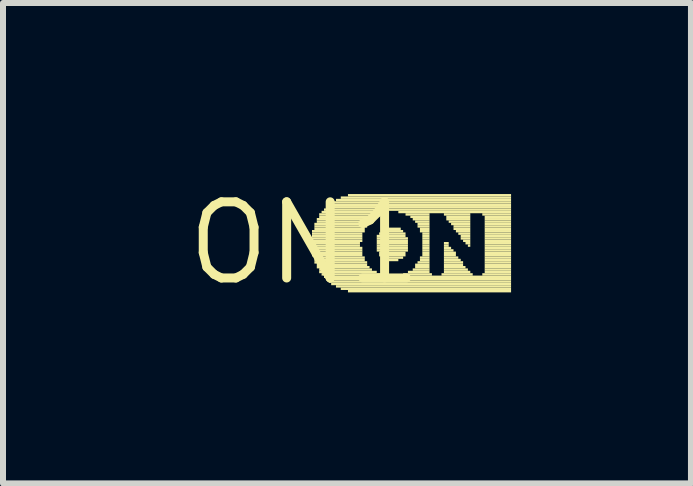
<source format=kicad_pcb>
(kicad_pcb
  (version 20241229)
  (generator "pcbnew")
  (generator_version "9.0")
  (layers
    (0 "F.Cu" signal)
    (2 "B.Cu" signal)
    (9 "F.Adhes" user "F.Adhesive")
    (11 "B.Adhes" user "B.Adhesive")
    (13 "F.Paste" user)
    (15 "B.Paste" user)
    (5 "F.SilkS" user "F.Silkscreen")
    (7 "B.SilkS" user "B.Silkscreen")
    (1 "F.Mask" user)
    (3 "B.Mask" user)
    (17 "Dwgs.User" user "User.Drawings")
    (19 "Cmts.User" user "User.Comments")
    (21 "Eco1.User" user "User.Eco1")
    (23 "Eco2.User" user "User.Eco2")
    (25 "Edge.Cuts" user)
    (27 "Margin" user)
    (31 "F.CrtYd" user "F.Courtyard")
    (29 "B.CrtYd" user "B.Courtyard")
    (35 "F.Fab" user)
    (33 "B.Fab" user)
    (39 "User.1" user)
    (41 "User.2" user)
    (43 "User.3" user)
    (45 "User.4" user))
  (footprint "ON1"
    (layer "F.Cu")
    (at 2.033 1.006)
    (property "Reference" "ON1" (at 0 0 0) (layer "F.SilkS") (effects (font (size 1.27 1.27) (thickness 0.15))))
    (fp_poly (pts (xy 0.12 -0.18) (xy 1 -0.18) (xy 1 -0.22) (xy 0.12 -0.22)) (stroke (width 0) (type default)) (fill yes) (layer "F.SilkS"))
    (fp_poly (pts (xy 0.12 -0.14) (xy 0.96 -0.14) (xy 0.96 -0.18) (xy 0.12 -0.18)) (stroke (width 0) (type default)) (fill yes) (layer "F.SilkS"))
    (fp_poly (pts (xy 0.12 -0.1) (xy 0.96 -0.1) (xy 0.96 -0.14) (xy 0.12 -0.14)) (stroke (width 0) (type default)) (fill yes) (layer "F.SilkS"))
    (fp_poly (pts (xy 0.12 -0.06) (xy 0.96 -0.06) (xy 0.96 -0.1) (xy 0.12 -0.1)) (stroke (width 0) (type default)) (fill yes) (layer "F.SilkS"))
    (fp_poly (pts (xy 0.12 -0.02) (xy 0.96 -0.02) (xy 0.96 -0.06) (xy 0.12 -0.06)) (stroke (width 0) (type default)) (fill yes) (layer "F.SilkS"))
    (fp_poly (pts (xy 0.12 0.02) (xy 0.92 0.02) (xy 0.92 -0.02) (xy 0.12 -0.02)) (stroke (width 0) (type default)) (fill yes) (layer "F.SilkS"))
    (fp_poly (pts (xy 0.12 0.06) (xy 0.92 0.06) (xy 0.92 0.02) (xy 0.12 0.02)) (stroke (width 0) (type default)) (fill yes) (layer "F.SilkS"))
    (fp_poly (pts (xy 0.12 0.1) (xy 0.96 0.1) (xy 0.96 0.06) (xy 0.12 0.06)) (stroke (width 0) (type default)) (fill yes) (layer "F.SilkS"))
    (fp_poly (pts (xy 0.12 0.14) (xy 0.96 0.14) (xy 0.96 0.1) (xy 0.12 0.1)) (stroke (width 0) (type default)) (fill yes) (layer "F.SilkS"))
    (fp_poly (pts (xy 0.12 0.18) (xy 0.96 0.18) (xy 0.96 0.14) (xy 0.12 0.14)) (stroke (width 0) (type default)) (fill yes) (layer "F.SilkS"))
    (fp_poly (pts (xy 0.12 0.22) (xy 0.96 0.22) (xy 0.96 0.18) (xy 0.12 0.18)) (stroke (width 0) (type default)) (fill yes) (layer "F.SilkS"))
    (fp_poly (pts (xy 0.16 -0.3) (xy 1.04 -0.3) (xy 1.04 -0.34) (xy 0.16 -0.34)) (stroke (width 0) (type default)) (fill yes) (layer "F.SilkS"))
    (fp_poly (pts (xy 0.16 -0.26) (xy 1.04 -0.26) (xy 1.04 -0.3) (xy 0.16 -0.3)) (stroke (width 0) (type default)) (fill yes) (layer "F.SilkS"))
    (fp_poly (pts (xy 0.16 -0.22) (xy 1 -0.22) (xy 1 -0.26) (xy 0.16 -0.26)) (stroke (width 0) (type default)) (fill yes) (layer "F.SilkS"))
    (fp_poly (pts (xy 0.16 0.26) (xy 1 0.26) (xy 1 0.22) (xy 0.16 0.22)) (stroke (width 0) (type default)) (fill yes) (layer "F.SilkS"))
    (fp_poly (pts (xy 0.16 0.3) (xy 1 0.3) (xy 1 0.26) (xy 0.16 0.26)) (stroke (width 0) (type default)) (fill yes) (layer "F.SilkS"))
    (fp_poly (pts (xy 0.16 0.34) (xy 1.04 0.34) (xy 1.04 0.3) (xy 0.16 0.3)) (stroke (width 0) (type default)) (fill yes) (layer "F.SilkS"))
    (fp_poly (pts (xy 0.2 -0.38) (xy 1.12 -0.38) (xy 1.12 -0.42) (xy 0.2 -0.42)) (stroke (width 0) (type default)) (fill yes) (layer "F.SilkS"))
    (fp_poly (pts (xy 0.2 -0.34) (xy 1.08 -0.34) (xy 1.08 -0.38) (xy 0.2 -0.38)) (stroke (width 0) (type default)) (fill yes) (layer "F.SilkS"))
    (fp_poly (pts (xy 0.2 0.38) (xy 1.04 0.38) (xy 1.04 0.34) (xy 0.2 0.34)) (stroke (width 0) (type default)) (fill yes) (layer "F.SilkS"))
    (fp_poly (pts (xy 0.2 0.42) (xy 1.08 0.42) (xy 1.08 0.38) (xy 0.2 0.38)) (stroke (width 0) (type default)) (fill yes) (layer "F.SilkS"))
    (fp_poly (pts (xy 0.24 -0.46) (xy 1.24 -0.46) (xy 1.24 -0.5) (xy 0.24 -0.5)) (stroke (width 0) (type default)) (fill yes) (layer "F.SilkS"))
    (fp_poly (pts (xy 0.24 -0.42) (xy 1.16 -0.42) (xy 1.16 -0.46) (xy 0.24 -0.46)) (stroke (width 0) (type default)) (fill yes) (layer "F.SilkS"))
    (fp_poly (pts (xy 0.24 0.46) (xy 1.12 0.46) (xy 1.12 0.42) (xy 0.24 0.42)) (stroke (width 0) (type default)) (fill yes) (layer "F.SilkS"))
    (fp_poly (pts (xy 0.24 0.5) (xy 1.2 0.5) (xy 1.2 0.46) (xy 0.24 0.46)) (stroke (width 0) (type default)) (fill yes) (layer "F.SilkS"))
    (fp_poly (pts (xy 0.28 -0.5) (xy 1.36 -0.5) (xy 1.36 -0.54) (xy 0.28 -0.54)) (stroke (width 0) (type default)) (fill yes) (layer "F.SilkS"))
    (fp_poly (pts (xy 0.28 0.54) (xy 1.28 0.54) (xy 1.28 0.5) (xy 0.28 0.5)) (stroke (width 0) (type default)) (fill yes) (layer "F.SilkS"))
    (fp_poly (pts (xy 0.32 -0.54) (xy 3.44 -0.54) (xy 3.44 -0.58) (xy 0.32 -0.58)) (stroke (width 0) (type default)) (fill yes) (layer "F.SilkS"))
    (fp_poly (pts (xy 0.32 0.58) (xy 3.44 0.58) (xy 3.44 0.54) (xy 0.32 0.54)) (stroke (width 0) (type default)) (fill yes) (layer "F.SilkS"))
    (fp_poly (pts (xy 0.36 -0.58) (xy 3.44 -0.58) (xy 3.44 -0.62) (xy 0.36 -0.62)) (stroke (width 0) (type default)) (fill yes) (layer "F.SilkS"))
    (fp_poly (pts (xy 0.36 0.62) (xy 3.44 0.62) (xy 3.44 0.58) (xy 0.36 0.58)) (stroke (width 0) (type default)) (fill yes) (layer "F.SilkS"))
    (fp_poly (pts (xy 0.4 -0.62) (xy 3.44 -0.62) (xy 3.44 -0.66) (xy 0.4 -0.66)) (stroke (width 0) (type default)) (fill yes) (layer "F.SilkS"))
    (fp_poly (pts (xy 0.4 0.66) (xy 3.44 0.66) (xy 3.44 0.62) (xy 0.4 0.62)) (stroke (width 0) (type default)) (fill yes) (layer "F.SilkS"))
    (fp_poly (pts (xy 0.44 -0.66) (xy 3.44 -0.66) (xy 3.44 -0.7) (xy 0.44 -0.7)) (stroke (width 0) (type default)) (fill yes) (layer "F.SilkS"))
    (fp_poly (pts (xy 0.44 0.7) (xy 3.44 0.7) (xy 3.44 0.66) (xy 0.44 0.66)) (stroke (width 0) (type default)) (fill yes) (layer "F.SilkS"))
    (fp_poly (pts (xy 0.52 -0.7) (xy 3.44 -0.7) (xy 3.44 -0.74) (xy 0.52 -0.74)) (stroke (width 0) (type default)) (fill yes) (layer "F.SilkS"))
    (fp_poly (pts (xy 0.52 0.74) (xy 3.44 0.74) (xy 3.44 0.7) (xy 0.52 0.7)) (stroke (width 0) (type default)) (fill yes) (layer "F.SilkS"))
    (fp_poly (pts (xy 0.6 -0.74) (xy 3.44 -0.74) (xy 3.44 -0.78) (xy 0.6 -0.78)) (stroke (width 0) (type default)) (fill yes) (layer "F.SilkS"))
    (fp_poly (pts (xy 0.6 0.78) (xy 3.44 0.78) (xy 3.44 0.74) (xy 0.6 0.74)) (stroke (width 0) (type default)) (fill yes) (layer "F.SilkS"))
    (fp_poly (pts (xy 0.72 -0.78) (xy 3.44 -0.78) (xy 3.44 -0.82) (xy 0.72 -0.82)) (stroke (width 0) (type default)) (fill yes) (layer "F.SilkS"))
    (fp_poly (pts (xy 0.72 0.82) (xy 3.44 0.82) (xy 3.44 0.78) (xy 0.72 0.78)) (stroke (width 0) (type default)) (fill yes) (layer "F.SilkS"))
    (fp_poly (pts (xy 1.2 -0.1) (xy 1.68 -0.1) (xy 1.68 -0.14) (xy 1.2 -0.14)) (stroke (width 0) (type default)) (fill yes) (layer "F.SilkS"))
    (fp_poly (pts (xy 1.2 -0.06) (xy 1.72 -0.06) (xy 1.72 -0.1) (xy 1.2 -0.1)) (stroke (width 0) (type default)) (fill yes) (layer "F.SilkS"))
    (fp_poly (pts (xy 1.2 -0.02) (xy 1.72 -0.02) (xy 1.72 -0.06) (xy 1.2 -0.06)) (stroke (width 0) (type default)) (fill yes) (layer "F.SilkS"))
    (fp_poly (pts (xy 1.2 0.02) (xy 1.72 0.02) (xy 1.72 -0.02) (xy 1.2 -0.02)) (stroke (width 0) (type default)) (fill yes) (layer "F.SilkS"))
    (fp_poly (pts (xy 1.2 0.06) (xy 1.72 0.06) (xy 1.72 0.02) (xy 1.2 0.02)) (stroke (width 0) (type default)) (fill yes) (layer "F.SilkS"))
    (fp_poly (pts (xy 1.2 0.1) (xy 1.72 0.1) (xy 1.72 0.06) (xy 1.2 0.06)) (stroke (width 0) (type default)) (fill yes) (layer "F.SilkS"))
    (fp_poly (pts (xy 1.2 0.14) (xy 1.72 0.14) (xy 1.72 0.1) (xy 1.2 0.1)) (stroke (width 0) (type default)) (fill yes) (layer "F.SilkS"))
    (fp_poly (pts (xy 1.24 -0.14) (xy 1.68 -0.14) (xy 1.68 -0.18) (xy 1.24 -0.18)) (stroke (width 0) (type default)) (fill yes) (layer "F.SilkS"))
    (fp_poly (pts (xy 1.24 0.18) (xy 1.68 0.18) (xy 1.68 0.14) (xy 1.24 0.14)) (stroke (width 0) (type default)) (fill yes) (layer "F.SilkS"))
    (fp_poly (pts (xy 1.24 0.22) (xy 1.68 0.22) (xy 1.68 0.18) (xy 1.24 0.18)) (stroke (width 0) (type default)) (fill yes) (layer "F.SilkS"))
    (fp_poly (pts (xy 1.28 -0.18) (xy 1.64 -0.18) (xy 1.64 -0.22) (xy 1.28 -0.22)) (stroke (width 0) (type default)) (fill yes) (layer "F.SilkS"))
    (fp_poly (pts (xy 1.28 0.26) (xy 1.64 0.26) (xy 1.64 0.22) (xy 1.28 0.22)) (stroke (width 0) (type default)) (fill yes) (layer "F.SilkS"))
    (fp_poly (pts (xy 1.32 -0.22) (xy 1.6 -0.22) (xy 1.6 -0.26) (xy 1.32 -0.26)) (stroke (width 0) (type default)) (fill yes) (layer "F.SilkS"))
    (fp_poly (pts (xy 1.36 0.3) (xy 1.56 0.3) (xy 1.56 0.26) (xy 1.36 0.26)) (stroke (width 0) (type default)) (fill yes) (layer "F.SilkS"))
    (fp_poly (pts (xy 1.56 -0.5) (xy 3.44 -0.5) (xy 3.44 -0.54) (xy 1.56 -0.54)) (stroke (width 0) (type default)) (fill yes) (layer "F.SilkS"))
    (fp_poly (pts (xy 1.64 0.54) (xy 2.12 0.54) (xy 2.12 0.5) (xy 1.64 0.5)) (stroke (width 0) (type default)) (fill yes) (layer "F.SilkS"))
    (fp_poly (pts (xy 1.68 -0.46) (xy 2.08 -0.46) (xy 2.08 -0.5) (xy 1.68 -0.5)) (stroke (width 0) (type default)) (fill yes) (layer "F.SilkS"))
    (fp_poly (pts (xy 1.72 0.5) (xy 2.08 0.5) (xy 2.08 0.46) (xy 1.72 0.46)) (stroke (width 0) (type default)) (fill yes) (layer "F.SilkS"))
    (fp_poly (pts (xy 1.76 -0.42) (xy 2.08 -0.42) (xy 2.08 -0.46) (xy 1.76 -0.46)) (stroke (width 0) (type default)) (fill yes) (layer "F.SilkS"))
    (fp_poly (pts (xy 1.8 -0.38) (xy 2.08 -0.38) (xy 2.08 -0.42) (xy 1.8 -0.42)) (stroke (width 0) (type default)) (fill yes) (layer "F.SilkS"))
    (fp_poly (pts (xy 1.8 0.46) (xy 2.08 0.46) (xy 2.08 0.42) (xy 1.8 0.42)) (stroke (width 0) (type default)) (fill yes) (layer "F.SilkS"))
    (fp_poly (pts (xy 1.84 -0.34) (xy 2.08 -0.34) (xy 2.08 -0.38) (xy 1.84 -0.38)) (stroke (width 0) (type default)) (fill yes) (layer "F.SilkS"))
    (fp_poly (pts (xy 1.84 0.38) (xy 2.08 0.38) (xy 2.08 0.34) (xy 1.84 0.34)) (stroke (width 0) (type default)) (fill yes) (layer "F.SilkS"))
    (fp_poly (pts (xy 1.84 0.42) (xy 2.08 0.42) (xy 2.08 0.38) (xy 1.84 0.38)) (stroke (width 0) (type default)) (fill yes) (layer "F.SilkS"))
    (fp_poly (pts (xy 1.88 -0.3) (xy 2.08 -0.3) (xy 2.08 -0.34) (xy 1.88 -0.34)) (stroke (width 0) (type default)) (fill yes) (layer "F.SilkS"))
    (fp_poly (pts (xy 1.88 -0.26) (xy 2.08 -0.26) (xy 2.08 -0.3) (xy 1.88 -0.3)) (stroke (width 0) (type default)) (fill yes) (layer "F.SilkS"))
    (fp_poly (pts (xy 1.88 0.34) (xy 2.08 0.34) (xy 2.08 0.3) (xy 1.88 0.3)) (stroke (width 0) (type default)) (fill yes) (layer "F.SilkS"))
    (fp_poly (pts (xy 1.92 -0.22) (xy 2.08 -0.22) (xy 2.08 -0.26) (xy 1.92 -0.26)) (stroke (width 0) (type default)) (fill yes) (layer "F.SilkS"))
    (fp_poly (pts (xy 1.92 -0.18) (xy 2.08 -0.18) (xy 2.08 -0.22) (xy 1.92 -0.22)) (stroke (width 0) (type default)) (fill yes) (layer "F.SilkS"))
    (fp_poly (pts (xy 1.92 0.26) (xy 2.08 0.26) (xy 2.08 0.22) (xy 1.92 0.22)) (stroke (width 0) (type default)) (fill yes) (layer "F.SilkS"))
    (fp_poly (pts (xy 1.92 0.3) (xy 2.08 0.3) (xy 2.08 0.26) (xy 1.92 0.26)) (stroke (width 0) (type default)) (fill yes) (layer "F.SilkS"))
    (fp_poly (pts (xy 1.96 -0.14) (xy 2.08 -0.14) (xy 2.08 -0.18) (xy 1.96 -0.18)) (stroke (width 0) (type default)) (fill yes) (layer "F.SilkS"))
    (fp_poly (pts (xy 1.96 -0.1) (xy 2.08 -0.1) (xy 2.08 -0.14) (xy 1.96 -0.14)) (stroke (width 0) (type default)) (fill yes) (layer "F.SilkS"))
    (fp_poly (pts (xy 1.96 -0.06) (xy 2.08 -0.06) (xy 2.08 -0.1) (xy 1.96 -0.1)) (stroke (width 0) (type default)) (fill yes) (layer "F.SilkS"))
    (fp_poly (pts (xy 1.96 -0.02) (xy 2.08 -0.02) (xy 2.08 -0.06) (xy 1.96 -0.06)) (stroke (width 0) (type default)) (fill yes) (layer "F.SilkS"))
    (fp_poly (pts (xy 1.96 0.02) (xy 2.08 0.02) (xy 2.08 -0.02) (xy 1.96 -0.02)) (stroke (width 0) (type default)) (fill yes) (layer "F.SilkS"))
    (fp_poly (pts (xy 1.96 0.06) (xy 2.08 0.06) (xy 2.08 0.02) (xy 1.96 0.02)) (stroke (width 0) (type default)) (fill yes) (layer "F.SilkS"))
    (fp_poly (pts (xy 1.96 0.1) (xy 2.08 0.1) (xy 2.08 0.06) (xy 1.96 0.06)) (stroke (width 0) (type default)) (fill yes) (layer "F.SilkS"))
    (fp_poly (pts (xy 1.96 0.14) (xy 2.08 0.14) (xy 2.08 0.1) (xy 1.96 0.1)) (stroke (width 0) (type default)) (fill yes) (layer "F.SilkS"))
    (fp_poly (pts (xy 1.96 0.18) (xy 2.08 0.18) (xy 2.08 0.14) (xy 1.96 0.14)) (stroke (width 0) (type default)) (fill yes) (layer "F.SilkS"))
    (fp_poly (pts (xy 1.96 0.22) (xy 2.08 0.22) (xy 2.08 0.18) (xy 1.96 0.18)) (stroke (width 0) (type default)) (fill yes) (layer "F.SilkS"))
    (fp_poly (pts (xy 2.28 0.54) (xy 2.8 0.54) (xy 2.8 0.5) (xy 2.28 0.5)) (stroke (width 0) (type default)) (fill yes) (layer "F.SilkS"))
    (fp_poly (pts (xy 2.32 -0.46) (xy 2.76 -0.46) (xy 2.76 -0.5) (xy 2.32 -0.5)) (stroke (width 0) (type default)) (fill yes) (layer "F.SilkS"))
    (fp_poly (pts (xy 2.32 0.02) (xy 2.4 0.02) (xy 2.4 -0.02) (xy 2.32 -0.02)) (stroke (width 0) (type default)) (fill yes) (layer "F.SilkS"))
    (fp_poly (pts (xy 2.32 0.06) (xy 2.4 0.06) (xy 2.4 0.02) (xy 2.32 0.02)) (stroke (width 0) (type default)) (fill yes) (layer "F.SilkS"))
    (fp_poly (pts (xy 2.32 0.1) (xy 2.44 0.1) (xy 2.44 0.06) (xy 2.32 0.06)) (stroke (width 0) (type default)) (fill yes) (layer "F.SilkS"))
    (fp_poly (pts (xy 2.32 0.14) (xy 2.48 0.14) (xy 2.48 0.1) (xy 2.32 0.1)) (stroke (width 0) (type default)) (fill yes) (layer "F.SilkS"))
    (fp_poly (pts (xy 2.32 0.18) (xy 2.52 0.18) (xy 2.52 0.14) (xy 2.32 0.14)) (stroke (width 0) (type default)) (fill yes) (layer "F.SilkS"))
    (fp_poly (pts (xy 2.32 0.22) (xy 2.52 0.22) (xy 2.52 0.18) (xy 2.32 0.18)) (stroke (width 0) (type default)) (fill yes) (layer "F.SilkS"))
    (fp_poly (pts (xy 2.32 0.26) (xy 2.56 0.26) (xy 2.56 0.22) (xy 2.32 0.22)) (stroke (width 0) (type default)) (fill yes) (layer "F.SilkS"))
    (fp_poly (pts (xy 2.32 0.3) (xy 2.6 0.3) (xy 2.6 0.26) (xy 2.32 0.26)) (stroke (width 0) (type default)) (fill yes) (layer "F.SilkS"))
    (fp_poly (pts (xy 2.32 0.34) (xy 2.64 0.34) (xy 2.64 0.3) (xy 2.32 0.3)) (stroke (width 0) (type default)) (fill yes) (layer "F.SilkS"))
    (fp_poly (pts (xy 2.32 0.38) (xy 2.64 0.38) (xy 2.64 0.34) (xy 2.32 0.34)) (stroke (width 0) (type default)) (fill yes) (layer "F.SilkS"))
    (fp_poly (pts (xy 2.32 0.42) (xy 2.68 0.42) (xy 2.68 0.38) (xy 2.32 0.38)) (stroke (width 0) (type default)) (fill yes) (layer "F.SilkS"))
    (fp_poly (pts (xy 2.32 0.46) (xy 2.72 0.46) (xy 2.72 0.42) (xy 2.32 0.42)) (stroke (width 0) (type default)) (fill yes) (layer "F.SilkS"))
    (fp_poly (pts (xy 2.32 0.5) (xy 2.76 0.5) (xy 2.76 0.46) (xy 2.32 0.46)) (stroke (width 0) (type default)) (fill yes) (layer "F.SilkS"))
    (fp_poly (pts (xy 2.36 -0.42) (xy 2.76 -0.42) (xy 2.76 -0.46) (xy 2.36 -0.46)) (stroke (width 0) (type default)) (fill yes) (layer "F.SilkS"))
    (fp_poly (pts (xy 2.36 -0.38) (xy 2.76 -0.38) (xy 2.76 -0.42) (xy 2.36 -0.42)) (stroke (width 0) (type default)) (fill yes) (layer "F.SilkS"))
    (fp_poly (pts (xy 2.4 -0.34) (xy 2.76 -0.34) (xy 2.76 -0.38) (xy 2.4 -0.38)) (stroke (width 0) (type default)) (fill yes) (layer "F.SilkS"))
    (fp_poly (pts (xy 2.44 -0.3) (xy 2.76 -0.3) (xy 2.76 -0.34) (xy 2.44 -0.34)) (stroke (width 0) (type default)) (fill yes) (layer "F.SilkS"))
    (fp_poly (pts (xy 2.48 -0.26) (xy 2.76 -0.26) (xy 2.76 -0.3) (xy 2.48 -0.3)) (stroke (width 0) (type default)) (fill yes) (layer "F.SilkS"))
    (fp_poly (pts (xy 2.48 -0.22) (xy 2.76 -0.22) (xy 2.76 -0.26) (xy 2.48 -0.26)) (stroke (width 0) (type default)) (fill yes) (layer "F.SilkS"))
    (fp_poly (pts (xy 2.52 -0.18) (xy 2.76 -0.18) (xy 2.76 -0.22) (xy 2.52 -0.22)) (stroke (width 0) (type default)) (fill yes) (layer "F.SilkS"))
    (fp_poly (pts (xy 2.56 -0.14) (xy 2.76 -0.14) (xy 2.76 -0.18) (xy 2.56 -0.18)) (stroke (width 0) (type default)) (fill yes) (layer "F.SilkS"))
    (fp_poly (pts (xy 2.6 -0.1) (xy 2.76 -0.1) (xy 2.76 -0.14) (xy 2.6 -0.14)) (stroke (width 0) (type default)) (fill yes) (layer "F.SilkS"))
    (fp_poly (pts (xy 2.6 -0.06) (xy 2.76 -0.06) (xy 2.76 -0.1) (xy 2.6 -0.1)) (stroke (width 0) (type default)) (fill yes) (layer "F.SilkS"))
    (fp_poly (pts (xy 2.64 -0.02) (xy 2.76 -0.02) (xy 2.76 -0.06) (xy 2.64 -0.06)) (stroke (width 0) (type default)) (fill yes) (layer "F.SilkS"))
    (fp_poly (pts (xy 2.68 0.02) (xy 2.76 0.02) (xy 2.76 -0.02) (xy 2.68 -0.02)) (stroke (width 0) (type default)) (fill yes) (layer "F.SilkS"))
    (fp_poly (pts (xy 2.72 0.06) (xy 2.76 0.06) (xy 2.76 0.02) (xy 2.72 0.02)) (stroke (width 0) (type default)) (fill yes) (layer "F.SilkS"))
    (fp_poly (pts (xy 2.96 -0.46) (xy 3.44 -0.46) (xy 3.44 -0.5) (xy 2.96 -0.5)) (stroke (width 0) (type default)) (fill yes) (layer "F.SilkS"))
    (fp_poly (pts (xy 2.96 0.54) (xy 3.44 0.54) (xy 3.44 0.5) (xy 2.96 0.5)) (stroke (width 0) (type default)) (fill yes) (layer "F.SilkS"))
    (fp_poly (pts (xy 3 -0.42) (xy 3.44 -0.42) (xy 3.44 -0.46) (xy 3 -0.46)) (stroke (width 0) (type default)) (fill yes) (layer "F.SilkS"))
    (fp_poly (pts (xy 3 -0.38) (xy 3.44 -0.38) (xy 3.44 -0.42) (xy 3 -0.42)) (stroke (width 0) (type default)) (fill yes) (layer "F.SilkS"))
    (fp_poly (pts (xy 3 -0.34) (xy 3.44 -0.34) (xy 3.44 -0.38) (xy 3 -0.38)) (stroke (width 0) (type default)) (fill yes) (layer "F.SilkS"))
    (fp_poly (pts (xy 3 -0.3) (xy 3.44 -0.3) (xy 3.44 -0.34) (xy 3 -0.34)) (stroke (width 0) (type default)) (fill yes) (layer "F.SilkS"))
    (fp_poly (pts (xy 3 -0.26) (xy 3.44 -0.26) (xy 3.44 -0.3) (xy 3 -0.3)) (stroke (width 0) (type default)) (fill yes) (layer "F.SilkS"))
    (fp_poly (pts (xy 3 -0.22) (xy 3.44 -0.22) (xy 3.44 -0.26) (xy 3 -0.26)) (stroke (width 0) (type default)) (fill yes) (layer "F.SilkS"))
    (fp_poly (pts (xy 3 -0.18) (xy 3.44 -0.18) (xy 3.44 -0.22) (xy 3 -0.22)) (stroke (width 0) (type default)) (fill yes) (layer "F.SilkS"))
    (fp_poly (pts (xy 3 -0.14) (xy 3.44 -0.14) (xy 3.44 -0.18) (xy 3 -0.18)) (stroke (width 0) (type default)) (fill yes) (layer "F.SilkS"))
    (fp_poly (pts (xy 3 -0.1) (xy 3.44 -0.1) (xy 3.44 -0.14) (xy 3 -0.14)) (stroke (width 0) (type default)) (fill yes) (layer "F.SilkS"))
    (fp_poly (pts (xy 3 -0.06) (xy 3.44 -0.06) (xy 3.44 -0.1) (xy 3 -0.1)) (stroke (width 0) (type default)) (fill yes) (layer "F.SilkS"))
    (fp_poly (pts (xy 3 -0.02) (xy 3.44 -0.02) (xy 3.44 -0.06) (xy 3 -0.06)) (stroke (width 0) (type default)) (fill yes) (layer "F.SilkS"))
    (fp_poly (pts (xy 3 0.02) (xy 3.44 0.02) (xy 3.44 -0.02) (xy 3 -0.02)) (stroke (width 0) (type default)) (fill yes) (layer "F.SilkS"))
    (fp_poly (pts (xy 3 0.06) (xy 3.44 0.06) (xy 3.44 0.02) (xy 3 0.02)) (stroke (width 0) (type default)) (fill yes) (layer "F.SilkS"))
    (fp_poly (pts (xy 3 0.1) (xy 3.44 0.1) (xy 3.44 0.06) (xy 3 0.06)) (stroke (width 0) (type default)) (fill yes) (layer "F.SilkS"))
    (fp_poly (pts (xy 3 0.14) (xy 3.44 0.14) (xy 3.44 0.1) (xy 3 0.1)) (stroke (width 0) (type default)) (fill yes) (layer "F.SilkS"))
    (fp_poly (pts (xy 3 0.18) (xy 3.44 0.18) (xy 3.44 0.14) (xy 3 0.14)) (stroke (width 0) (type default)) (fill yes) (layer "F.SilkS"))
    (fp_poly (pts (xy 3 0.22) (xy 3.44 0.22) (xy 3.44 0.18) (xy 3 0.18)) (stroke (width 0) (type default)) (fill yes) (layer "F.SilkS"))
    (fp_poly (pts (xy 3 0.26) (xy 3.44 0.26) (xy 3.44 0.22) (xy 3 0.22)) (stroke (width 0) (type default)) (fill yes) (layer "F.SilkS"))
    (fp_poly (pts (xy 3 0.3) (xy 3.44 0.3) (xy 3.44 0.26) (xy 3 0.26)) (stroke (width 0) (type default)) (fill yes) (layer "F.SilkS"))
    (fp_poly (pts (xy 3 0.34) (xy 3.44 0.34) (xy 3.44 0.3) (xy 3 0.3)) (stroke (width 0) (type default)) (fill yes) (layer "F.SilkS"))
    (fp_poly (pts (xy 3 0.38) (xy 3.44 0.38) (xy 3.44 0.34) (xy 3 0.34)) (stroke (width 0) (type default)) (fill yes) (layer "F.SilkS"))
    (fp_poly (pts (xy 3 0.42) (xy 3.44 0.42) (xy 3.44 0.38) (xy 3 0.38)) (stroke (width 0) (type default)) (fill yes) (layer "F.SilkS"))
    (fp_poly (pts (xy 3 0.46) (xy 3.44 0.46) (xy 3.44 0.42) (xy 3 0.42)) (stroke (width 0) (type default)) (fill yes) (layer "F.SilkS"))
    (fp_poly (pts (xy 3 0.5) (xy 3.44 0.5) (xy 3.44 0.46) (xy 3 0.46)) (stroke (width 0) (type default)) (fill yes) (layer "F.SilkS")))
  (gr_rect
    (start -3 -3)
    (end 8.473 5.012)
    (stroke (width 0.1) (type default))
    (fill no)
    (layer "Edge.Cuts")))
</source>
